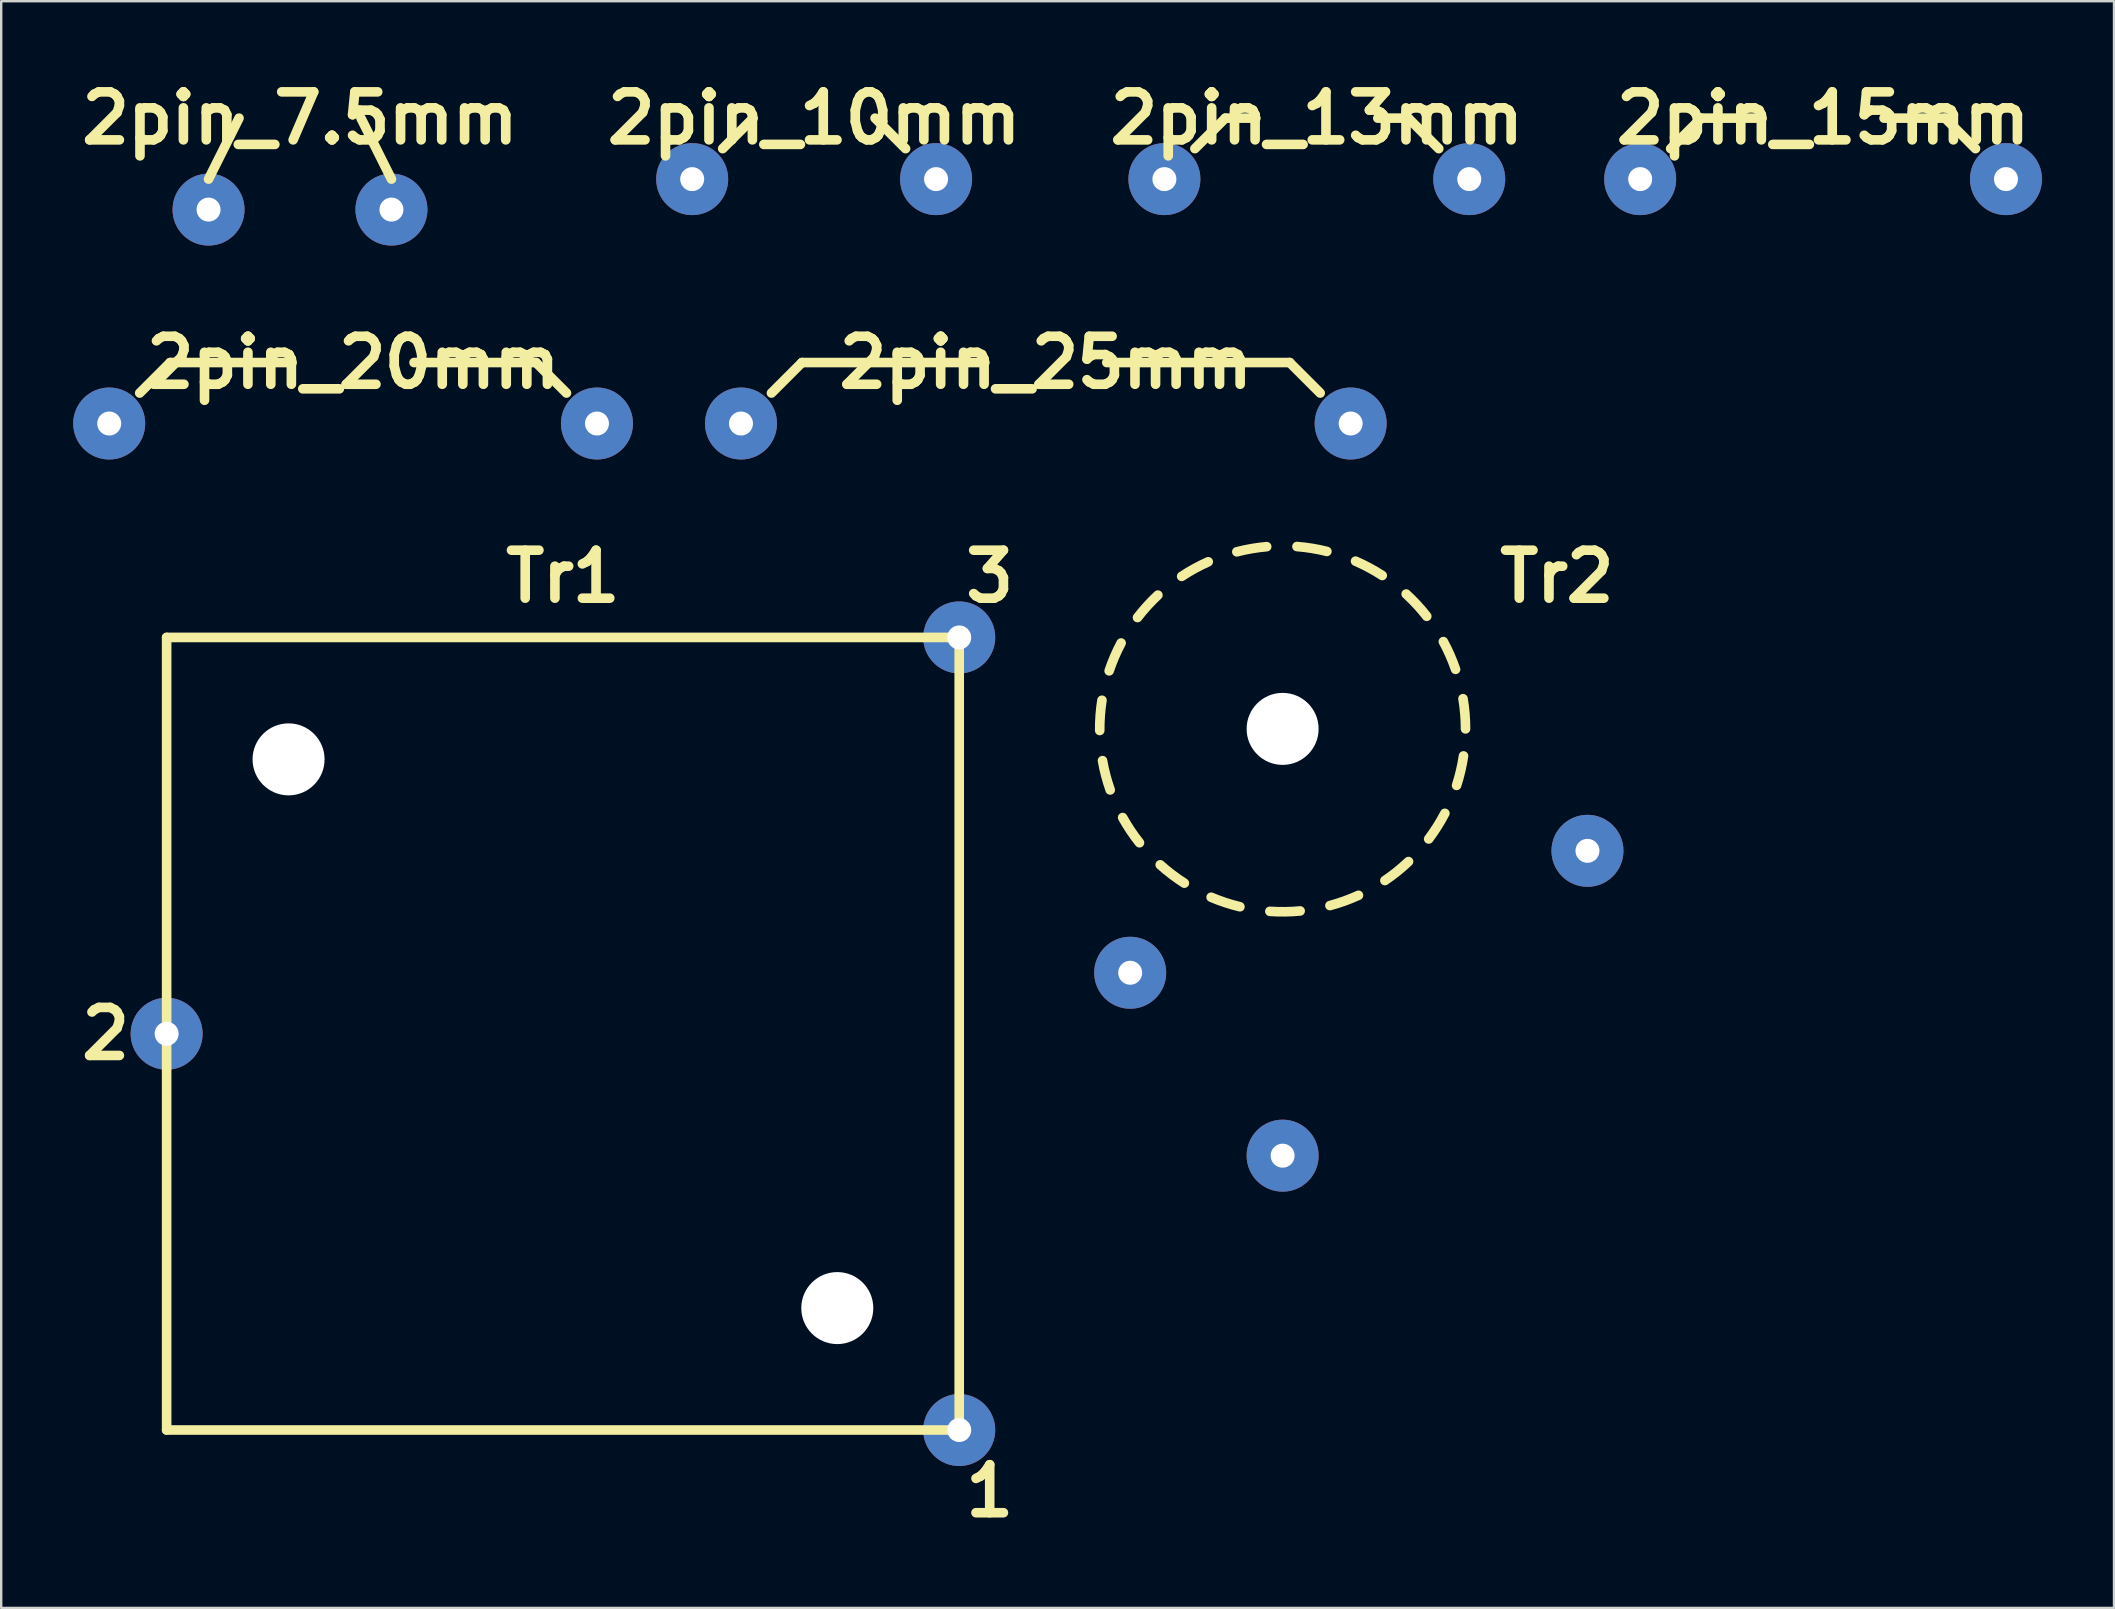
<source format=kicad_pcb>
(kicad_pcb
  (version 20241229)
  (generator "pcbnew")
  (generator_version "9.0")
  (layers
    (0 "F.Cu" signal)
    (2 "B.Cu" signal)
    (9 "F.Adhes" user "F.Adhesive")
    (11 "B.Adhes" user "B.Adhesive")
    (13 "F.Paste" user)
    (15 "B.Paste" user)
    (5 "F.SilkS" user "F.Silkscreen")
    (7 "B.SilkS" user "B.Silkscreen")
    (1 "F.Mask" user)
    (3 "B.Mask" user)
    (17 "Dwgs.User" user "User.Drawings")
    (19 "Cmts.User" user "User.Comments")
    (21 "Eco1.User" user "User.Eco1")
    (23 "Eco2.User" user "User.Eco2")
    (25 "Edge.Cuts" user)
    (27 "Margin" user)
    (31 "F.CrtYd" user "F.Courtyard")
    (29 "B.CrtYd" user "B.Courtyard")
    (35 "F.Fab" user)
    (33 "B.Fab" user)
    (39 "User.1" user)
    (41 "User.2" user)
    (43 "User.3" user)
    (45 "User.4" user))
  (footprint "2pin_20mm"
    (layer "F.Cu")
    (at 11.66 14.594)
    (property "Reference" "2pin_20mm" (at 0 -2.54 0) (layer "F.SilkS") (effects (font (size 2 2) (thickness 0.4))))
    (attr through_hole)
    (fp_line (start -8.89 -1.27) (end -7.62 -2.54) (stroke (width 0.4) (type solid)) (layer "F.SilkS"))
    (fp_line (start -7.62 -2.54) (end -2.54 -2.54) (stroke (width 0.4) (type solid)) (layer "F.SilkS"))
    (fp_line (start 7.62 -2.54) (end 2.54 -2.54) (stroke (width 0.4) (type solid)) (layer "F.SilkS"))
    (fp_line (start 7.62 -2.54) (end 8.89 -1.27) (stroke (width 0.4) (type solid)) (layer "F.SilkS"))
    (pad "1" thru_hole circle (at -10.16 0) (size 3 3) (drill 1) (layers "B.Cu" "B.Mask"))
    (pad "2" thru_hole circle (at 10.16 0) (size 3 3) (drill 1) (layers "B.Cu" "B.Mask")))
  (footprint "2pin_13mm"
    (layer "F.Cu")
    (at 51.81 4.412)
    (property "Reference" "2pin_13mm" (at 0 -2.54 0) (layer "F.SilkS") (effects (font (size 2 2) (thickness 0.4))))
    (attr through_hole)
    (fp_line (start -5.08 -1.27) (end -3.81 -2.54) (stroke (width 0.4) (type solid)) (layer "F.SilkS"))
    (fp_line (start -3.81 -2.54) (end -2.54 -2.54) (stroke (width 0.4) (type solid)) (layer "F.SilkS"))
    (fp_line (start 3.81 -2.54) (end 2.54 -2.54) (stroke (width 0.4) (type solid)) (layer "F.SilkS"))
    (fp_line (start 3.81 -2.54) (end 5.08 -1.27) (stroke (width 0.4) (type solid)) (layer "F.SilkS"))
    (pad "1" thru_hole circle (at -6.35 0) (size 3 3) (drill 1) (layers "B.Cu" "B.Mask"))
    (pad "2" thru_hole circle (at 6.35 0) (size 3 3) (drill 1) (layers "B.Cu" "B.Mask")))
  (footprint "2pin_25mm"
    (layer "F.Cu")
    (at 40.52 14.594)
    (property "Reference" "2pin_25mm" (at 0 -2.54 0) (layer "F.SilkS") (effects (font (size 2 2) (thickness 0.4))))
    (attr through_hole)
    (fp_line (start -11.43 -1.27) (end -10.16 -2.54) (stroke (width 0.4) (type solid)) (layer "F.SilkS"))
    (fp_line (start -10.16 -2.54) (end -2.54 -2.54) (stroke (width 0.4) (type solid)) (layer "F.SilkS"))
    (fp_line (start 10.16 -2.54) (end 2.54 -2.54) (stroke (width 0.4) (type solid)) (layer "F.SilkS"))
    (fp_line (start 10.16 -2.54) (end 11.43 -1.27) (stroke (width 0.4) (type solid)) (layer "F.SilkS"))
    (pad "1" thru_hole circle (at -12.7 0) (size 3 3) (drill 1) (layers "B.Cu" "B.Mask"))
    (pad "2" thru_hole circle (at 12.7 0) (size 3 3) (drill 1) (layers "B.Cu" "B.Mask")))
  (footprint "2pin_7.5mm"
    (layer "F.Cu")
    (at 9.448 5.682)
    (property "Reference" "2pin_7.5mm" (at 0 -3.81 0) (layer "F.SilkS") (effects (font (size 2 2) (thickness 0.4))))
    (attr through_hole)
    (fp_line (start -3.81 -1.27) (end -2.54 -3.81) (stroke (width 0.4) (type solid)) (layer "F.SilkS"))
    (fp_line (start 2.54 -3.81) (end 3.81 -1.27) (stroke (width 0.4) (type solid)) (layer "F.SilkS"))
    (pad "1" thru_hole circle (at -3.81 0) (size 3 3) (drill 1) (layers "B.Cu" "B.Mask"))
    (pad "2" thru_hole circle (at 3.81 0) (size 3 3) (drill 1) (layers "B.Cu" "B.Mask")))
  (footprint "2pin_10mm"
    (layer "F.Cu")
    (at 30.867 4.412)
    (property "Reference" "2pin_10mm" (at 0 -2.54 0) (layer "F.SilkS") (effects (font (size 2 2) (thickness 0.4))))
    (attr through_hole)
    (fp_line (start -3.81 -1.27) (end -2.54 -2.54) (stroke (width 0.4) (type solid)) (layer "F.SilkS"))
    (fp_line (start 2.54 -2.54) (end 3.81 -1.27) (stroke (width 0.4) (type solid)) (layer "F.SilkS"))
    (pad "1" thru_hole circle (at -5.08 0) (size 3 3) (drill 1) (layers "B.Cu" "B.Mask"))
    (pad "2" thru_hole circle (at 5.08 0) (size 3 3) (drill 1) (layers "B.Cu" "B.Mask")))
  (footprint "Tr1"
    (layer "F.Cu")
    (at 20.402 40.016)
    (property "Reference" "Tr1" (at 0 -19.05 0) (layer "F.SilkS") (effects (font (size 2 2) (thickness 0.4))))
    (attr through_hole)
    (fp_line (start -16.51 -16.51) (end 16.51 -16.51) (stroke (width 0.4) (type solid)) (layer "F.SilkS"))
    (fp_line (start -16.51 16.51) (end -16.51 -16.51) (stroke (width 0.4) (type solid)) (layer "F.SilkS"))
    (fp_line (start 16.51 -16.51) (end 16.51 16.51) (stroke (width 0.4) (type solid)) (layer "F.SilkS"))
    (fp_line (start 16.51 16.51) (end -16.51 16.51) (stroke (width 0.4) (type solid)) (layer "F.SilkS"))
    (fp_text user "3" (at 17.78 -19.05 0) (layer "F.SilkS") (effects (font (size 2 2) (thickness 0.4))))
    (fp_text user "2" (at -19.05 0 0) (layer "F.SilkS") (effects (font (size 2 2) (thickness 0.4))))
    (fp_text user "1" (at 17.78 19.05 0) (layer "F.SilkS") (effects (font (size 2 2) (thickness 0.4))))
    (pad "" np_thru_hole circle (at -11.43 -11.43 180) (size 3 3) (drill 3) (layers "*.Cu" "*.Mask"))
    (pad "" np_thru_hole circle (at 11.43 11.43) (size 3 3) (drill 3) (layers "*.Cu" "*.Mask"))
    (pad "1" thru_hole circle (at 16.51 16.51) (size 3 3) (drill 1) (layers "B.Cu" "B.Mask"))
    (pad "2" thru_hole circle (at -16.51 0) (size 3 3) (drill 1) (layers "B.Cu" "B.Mask"))
    (pad "3" thru_hole circle (at 16.51 -16.51) (size 3 3) (drill 1) (layers "B.Cu" "B.Mask")))
  (footprint "2pin_15mm"
    (layer "F.Cu")
    (at 72.901 4.412)
    (property "Reference" "2pin_15mm" (at 0 -2.54 0) (layer "F.SilkS") (effects (font (size 2 2) (thickness 0.4))))
    (attr through_hole)
    (fp_line (start -6.35 -1.27) (end -5.08 -2.54) (stroke (width 0.4) (type solid)) (layer "F.SilkS"))
    (fp_line (start -5.08 -2.54) (end -2.54 -2.54) (stroke (width 0.4) (type solid)) (layer "F.SilkS"))
    (fp_line (start 5.08 -2.54) (end 2.54 -2.54) (stroke (width 0.4) (type solid)) (layer "F.SilkS"))
    (fp_line (start 5.08 -2.54) (end 6.35 -1.27) (stroke (width 0.4) (type solid)) (layer "F.SilkS"))
    (pad "1" thru_hole circle (at -7.62 0) (size 3 3) (drill 1) (layers "B.Cu" "B.Mask"))
    (pad "2" thru_hole circle (at 7.62 0) (size 3 3) (drill 1) (layers "B.Cu" "B.Mask")))
  (footprint "Tr2"
    (layer "F.Cu")
    (at 50.385 27.316)
    (property "Reference" "Tr2" (at 11.43 -6.35 0) (layer "F.SilkS") (effects (font (size 2 2) (thickness 0.4))))
    (attr through_hole)
    (fp_arc (start -7.61971 0.066496) (mid -7.599047 -0.564707) (end -7.526185 -1.192031) (stroke (width 0.4) (type solid)) (layer "F.SilkS"))
    (fp_arc (start -7.226227 -2.417861) (mid -7.00119 -3.007948) (end -6.728061 -3.577373) (stroke (width 0.4) (type solid)) (layer "F.SilkS"))
    (fp_arc (start -7.182928 2.543608) (mid -7.36889 1.940067) (end -7.504235 1.323199) (stroke (width 0.4) (type solid)) (layer "F.SilkS"))
    (fp_arc (start -6.045353 -4.638762) (mid -5.640463 -5.123435) (end -5.196828 -5.572915) (stroke (width 0.4) (type solid)) (layer "F.SilkS"))
    (fp_arc (start -5.963474 4.743561) (mid -6.335798 4.233445) (end -6.664602 3.694249) (stroke (width 0.4) (type solid)) (layer "F.SilkS"))
    (fp_arc (start -4.20576 -6.35421) (mid -3.665135 -6.680658) (end -3.099333 -6.961216) (stroke (width 0.4) (type solid)) (layer "F.SilkS"))
    (fp_arc (start -4.094223 6.426643) (mid -4.61234 6.065536) (end -5.098775 5.662764) (stroke (width 0.4) (type solid)) (layer "F.SilkS"))
    (fp_arc (start -1.907896 -7.377285) (mid -1.290444 -7.509937) (end -0.664127 -7.591004) (stroke (width 0.4) (type solid)) (layer "F.SilkS"))
    (fp_arc (start -1.778853 7.409459) (mid -2.386308 7.236708) (end -2.977371 7.014247) (stroke (width 0.4) (type solid)) (layer "F.SilkS"))
    (fp_arc (start 0.597859 -7.59651) (mid 1.224859 -7.520912) (end 1.843445 -7.393653) (stroke (width 0.4) (type solid)) (layer "F.SilkS"))
    (fp_arc (start 0.730345 7.584919) (mid 0.099743 7.619347) (end -0.531544 7.601438) (stroke (width 0.4) (type solid)) (layer "F.SilkS"))
    (fp_arc (start 3.038467 -6.987998) (mid 3.606695 -6.712388) (end 4.150149 -6.39067) (stroke (width 0.4) (type solid)) (layer "F.SilkS"))
    (fp_arc (start 3.159962 6.933905) (mid 2.574925 7.171761) (end 1.972201 7.360355) (stroke (width 0.4) (type solid)) (layer "F.SilkS"))
    (fp_arc (start 5.147998 -5.618053) (mid 5.595538 -5.172461) (end 6.004642 -4.69134) (stroke (width 0.4) (type solid)) (layer "F.SilkS"))
    (fp_arc (start 5.245262 5.527352) (mid 4.769537 5.942719) (end 4.26105 6.317266) (stroke (width 0.4) (type solid)) (layer "F.SilkS"))
    (fp_arc (start 6.696587 -3.635949) (mid 6.974674 -3.068929) (end 7.204852 -2.480829) (stroke (width 0.4) (type solid)) (layer "F.SilkS"))
    (fp_arc (start 6.759023 3.518524) (mid 6.444446 4.066142) (end 6.085603 4.58583) (stroke (width 0.4) (type solid)) (layer "F.SilkS"))
    (fp_arc (start 7.515496 -1.257663) (mid 7.593829 -0.630999) (end 7.62 0) (stroke (width 0.4) (type solid)) (layer "F.SilkS"))
    (fp_arc (start 7.536301 1.126307) (mid 7.41715 1.746506) (end 7.247051 2.354709) (stroke (width 0.4) (type solid)) (layer "F.SilkS"))
    (pad "" np_thru_hole circle (at 0 0) (size 3 3) (drill 3) (layers "*.Cu" "*.Mask"))
    (pad "1" thru_hole circle (at -6.35 10.16) (size 3 3) (drill 1) (layers "B.Cu" "B.Mask"))
    (pad "2" thru_hole circle (at 0 17.78) (size 3 3) (drill 1) (layers "B.Cu" "B.Mask"))
    (pad "3" thru_hole circle (at 12.7 5.08) (size 3 3) (drill 1) (layers "B.Cu" "B.Mask")))
  (gr_rect
    (start -3 -3)
    (end 85.021 63.938)
    (stroke (width 0.1) (type default))
    (fill no)
    (layer "Edge.Cuts")))
</source>
